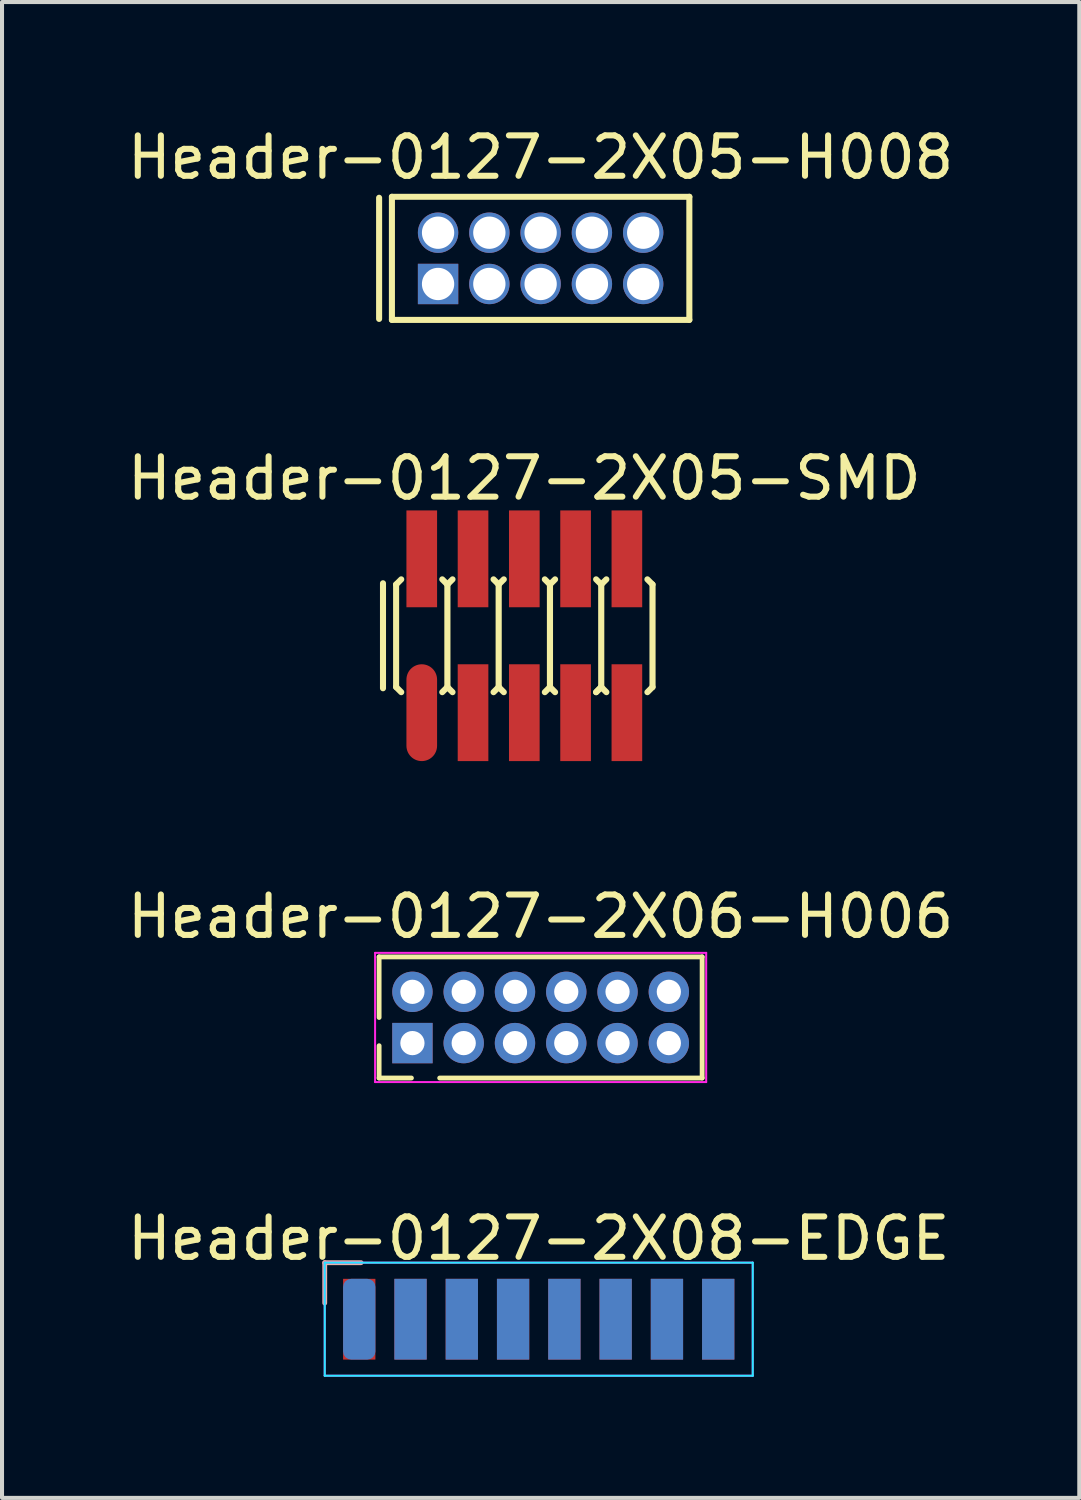
<source format=kicad_pcb>
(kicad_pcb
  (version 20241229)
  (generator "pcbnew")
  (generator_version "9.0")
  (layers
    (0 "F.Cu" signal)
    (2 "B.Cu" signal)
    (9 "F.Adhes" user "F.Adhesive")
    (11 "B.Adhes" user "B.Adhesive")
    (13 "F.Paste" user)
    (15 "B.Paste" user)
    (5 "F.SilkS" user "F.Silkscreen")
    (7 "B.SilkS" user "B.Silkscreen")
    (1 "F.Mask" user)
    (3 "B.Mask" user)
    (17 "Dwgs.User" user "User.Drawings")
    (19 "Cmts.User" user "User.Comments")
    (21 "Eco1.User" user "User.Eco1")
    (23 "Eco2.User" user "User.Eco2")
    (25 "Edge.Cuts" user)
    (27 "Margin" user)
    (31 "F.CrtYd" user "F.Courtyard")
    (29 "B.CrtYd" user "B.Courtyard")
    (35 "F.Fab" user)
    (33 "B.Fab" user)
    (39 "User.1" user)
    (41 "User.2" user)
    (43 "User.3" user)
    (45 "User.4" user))
  (footprint "Header-0127-2X05-H008"
    (layer "F.Cu")
    (at 10.339 3.348)
    (property "Reference" "Header-0127-2X05-H008" (at 0 -2.5 0) (layer "F.SilkS") (effects (font (size 1 1) (thickness 0.15))))
    (attr through_hole)
    (fp_line (start -4 -1.5) (end -4 1.5) (stroke (width 0.15) (type solid)) (layer "F.SilkS"))
    (fp_line (start -3.683 -1.524) (end 3.683 -1.524) (stroke (width 0.15) (type solid)) (layer "F.SilkS"))
    (fp_line (start -3.683 1.524) (end -3.683 -1.524) (stroke (width 0.15) (type solid)) (layer "F.SilkS"))
    (fp_line (start 3.683 -1.524) (end 3.683 1.524) (stroke (width 0.15) (type solid)) (layer "F.SilkS"))
    (fp_line (start 3.683 1.524) (end -3.683 1.524) (stroke (width 0.15) (type solid)) (layer "F.SilkS"))
    (pad "1" thru_hole rect (at -2.54 0.635) (size 1 1) (drill 0.8) (layers "*.Cu" "*.Mask"))
    (pad "2" thru_hole circle (at -2.54 -0.635) (size 1 1) (drill 0.8) (layers "*.Cu" "*.Mask"))
    (pad "3" thru_hole circle (at -1.27 0.635) (size 1 1) (drill 0.8) (layers "*.Cu" "*.Mask"))
    (pad "4" thru_hole circle (at -1.27 -0.635) (size 1 1) (drill 0.8) (layers "*.Cu" "*.Mask"))
    (pad "5" thru_hole circle (at 0 0.635) (size 1 1) (drill 0.8) (layers "*.Cu" "*.Mask"))
    (pad "6" thru_hole circle (at 0 -0.635) (size 1 1) (drill 0.8) (layers "*.Cu" "*.Mask"))
    (pad "7" thru_hole circle (at 1.27 0.635) (size 1 1) (drill 0.8) (layers "*.Cu" "*.Mask"))
    (pad "8" thru_hole circle (at 1.27 -0.635) (size 1 1) (drill 0.8) (layers "*.Cu" "*.Mask"))
    (pad "9" thru_hole circle (at 2.54 0.635) (size 1 1) (drill 0.8) (layers "*.Cu" "*.Mask"))
    (pad "10" thru_hole circle (at 2.54 -0.635) (size 1 1) (drill 0.8) (layers "*.Cu" "*.Mask")))
  (footprint "Header-0127-2X06-H006"
    (layer "F.Cu")
    (at 10.339 22.148)
    (property "Reference" "Header-0127-2X06-H006" (at 0 -2.5 0) (layer "F.SilkS") (effects (font (size 1 1) (thickness 0.15))))
    (attr through_hole)
    (fp_line (start -4 -1.5) (end -4 0) (stroke (width 0.12) (type solid)) (layer "F.SilkS"))
    (fp_line (start -4 -1.5) (end 4 -1.5) (stroke (width 0.12) (type solid)) (layer "F.SilkS"))
    (fp_line (start -4 1.5) (end -4 0.7) (stroke (width 0.12) (type solid)) (layer "F.SilkS"))
    (fp_line (start -4 1.5) (end -3.2 1.5) (stroke (width 0.12) (type solid)) (layer "F.SilkS"))
    (fp_line (start 4 -1.5) (end 4 1.5) (stroke (width 0.12) (type solid)) (layer "F.SilkS"))
    (fp_line (start 4 1.5) (end -2.5 1.5) (stroke (width 0.12) (type solid)) (layer "F.SilkS"))
    (fp_line (start -4.1 -1.6) (end 4.1 -1.6) (stroke (width 0.05) (type solid)) (layer "F.CrtYd"))
    (fp_line (start -4.1 1.6) (end -4.1 -1.6) (stroke (width 0.05) (type solid)) (layer "F.CrtYd"))
    (fp_line (start 4.1 -1.6) (end 4.1 1.6) (stroke (width 0.05) (type solid)) (layer "F.CrtYd"))
    (fp_line (start 4.1 1.6) (end -4.1 1.6) (stroke (width 0.05) (type solid)) (layer "F.CrtYd"))
    (pad "1" thru_hole rect (at -3.175 0.635) (size 1 1) (drill 0.6) (layers "*.Cu" "*.Mask"))
    (pad "2" thru_hole circle (at -3.175 -0.635) (size 1 1) (drill 0.6) (layers "*.Cu" "*.Mask"))
    (pad "3" thru_hole circle (at -1.905 0.635) (size 1 1) (drill 0.6) (layers "*.Cu" "*.Mask"))
    (pad "4" thru_hole circle (at -1.905 -0.635) (size 1 1) (drill 0.6) (layers "*.Cu" "*.Mask"))
    (pad "5" thru_hole circle (at -0.635 0.635) (size 1 1) (drill 0.6) (layers "*.Cu" "*.Mask"))
    (pad "6" thru_hole circle (at -0.635 -0.635) (size 1 1) (drill 0.6) (layers "*.Cu" "*.Mask"))
    (pad "7" thru_hole circle (at 0.635 0.635) (size 1 1) (drill 0.6) (layers "*.Cu" "*.Mask"))
    (pad "8" thru_hole circle (at 0.635 -0.635) (size 1 1) (drill 0.6) (layers "*.Cu" "*.Mask"))
    (pad "9" thru_hole circle (at 1.905 0.635) (size 1 1) (drill 0.6) (layers "*.Cu" "*.Mask"))
    (pad "10" thru_hole circle (at 1.905 -0.635) (size 1 1) (drill 0.6) (layers "*.Cu" "*.Mask"))
    (pad "11" thru_hole circle (at 3.175 0.635) (size 1 1) (drill 0.6) (layers "*.Cu" "*.Mask"))
    (pad "12" thru_hole circle (at 3.175 -0.635) (size 1 1) (drill 0.6) (layers "*.Cu" "*.Mask")))
  (footprint "Header-0127-2X08-EDGE"
    (layer "F.Cu")
    (at 10.292 28.521)
    (property "Reference" "Header-0127-2X08-EDGE" (at 0 -0.9 0) (layer "F.SilkS") (effects (font (size 1 1) (thickness 0.15))))
    (attr smd)
    (fp_line (start -5.3 -0.3) (end -5.3 0.7) (stroke (width 0.12) (type solid)) (layer "B.SilkS"))
    (fp_line (start -4.4 -0.3) (end -5.3 -0.3) (stroke (width 0.12) (type solid)) (layer "B.SilkS"))
    (fp_line (start -5.3 -0.3) (end 5.3 -0.3) (stroke (width 0.05) (type solid)) (layer "B.CrtYd"))
    (fp_line (start -5.3 2.5) (end -5.3 -0.3) (stroke (width 0.05) (type solid)) (layer "B.CrtYd"))
    (fp_line (start 5.3 -0.3) (end 5.3 2.5) (stroke (width 0.05) (type solid)) (layer "B.CrtYd"))
    (fp_line (start 5.3 2.5) (end -5.3 2.5) (stroke (width 0.05) (type solid)) (layer "B.CrtYd"))
    (fp_line (start -5.3 -0.3) (end 5.3 -0.3) (stroke (width 0.05) (type solid)) (layer "F.CrtYd"))
    (fp_line (start -5.3 2.5) (end -5.3 -0.3) (stroke (width 0.05) (type solid)) (layer "F.CrtYd"))
    (fp_line (start 5.3 -0.3) (end 5.3 2.5) (stroke (width 0.05) (type solid)) (layer "F.CrtYd"))
    (fp_line (start 5.3 2.5) (end -5.3 2.5) (stroke (width 0.05) (type solid)) (layer "F.CrtYd"))
    (pad "1" smd roundrect (at -4.445 1.1) (size 0.8 2) (layers "B.Cu" "B.Mask" "B.Paste") (roundrect_rratio 0.25))
    (pad "2" smd rect (at -4.445 1.1) (size 0.8 2) (layers "F.Cu" "F.Mask" "F.Paste"))
    (pad "3" smd rect (at -3.175 1.1) (size 0.8 2) (layers "B.Cu" "B.Mask" "B.Paste"))
    (pad "4" smd rect (at -3.175 1.1) (size 0.8 2) (layers "F.Cu" "F.Mask" "F.Paste"))
    (pad "5" smd rect (at -1.905 1.1) (size 0.8 2) (layers "B.Cu" "B.Mask" "B.Paste"))
    (pad "6" smd rect (at -1.905 1.1) (size 0.8 2) (layers "F.Cu" "F.Mask" "F.Paste"))
    (pad "7" smd rect (at -0.635 1.1) (size 0.8 2) (layers "B.Cu" "B.Mask" "B.Paste"))
    (pad "8" smd rect (at -0.635 1.1) (size 0.8 2) (layers "F.Cu" "F.Mask" "F.Paste"))
    (pad "9" smd rect (at 0.635 1.1) (size 0.8 2) (layers "B.Cu" "B.Mask" "B.Paste"))
    (pad "10" smd rect (at 0.635 1.1) (size 0.8 2) (layers "F.Cu" "F.Mask" "F.Paste"))
    (pad "11" smd rect (at 1.905 1.1) (size 0.8 2) (layers "B.Cu" "B.Mask" "B.Paste"))
    (pad "12" smd rect (at 1.905 1.1) (size 0.8 2) (layers "F.Cu" "F.Mask" "F.Paste"))
    (pad "13" smd rect (at 3.175 1.1) (size 0.8 2) (layers "B.Cu" "B.Mask" "B.Paste"))
    (pad "14" smd rect (at 3.175 1.1) (size 0.8 2) (layers "F.Cu" "F.Mask" "F.Paste"))
    (pad "15" smd rect (at 4.445 1.1) (size 0.8 2) (layers "B.Cu" "B.Mask" "B.Paste"))
    (pad "16" smd rect (at 4.445 1.1) (size 0.8 2) (layers "F.Cu" "F.Mask" "F.Paste")))
  (footprint "Header-0127-2X05-SMD"
    (layer "F.Cu")
    (at 9.935 12.695)
    (property "Reference" "Header-0127-2X05-SMD" (at 0 -3.9 0) (layer "F.SilkS") (effects (font (size 1 1) (thickness 0.15))))
    (attr smd)
    (fp_line (start -3.5 -1.3) (end -3.5 1.3) (stroke (width 0.15) (type solid)) (layer "F.SilkS"))
    (fp_line (start -3.175 -1.27) (end -3.048 -1.397) (stroke (width 0.15) (type solid)) (layer "F.SilkS"))
    (fp_line (start -3.175 1.27) (end -3.175 -1.27) (stroke (width 0.15) (type solid)) (layer "F.SilkS"))
    (fp_line (start -3.175 1.27) (end -3.048 1.397) (stroke (width 0.15) (type solid)) (layer "F.SilkS"))
    (fp_line (start -1.905 -1.27) (end -2.032 -1.397) (stroke (width 0.15) (type solid)) (layer "F.SilkS"))
    (fp_line (start -1.905 -1.27) (end -1.905 1.27) (stroke (width 0.152) (type solid)) (layer "F.SilkS"))
    (fp_line (start -1.905 -1.27) (end -1.778 -1.397) (stroke (width 0.15) (type solid)) (layer "F.SilkS"))
    (fp_line (start -1.905 1.27) (end -2.032 1.397) (stroke (width 0.15) (type solid)) (layer "F.SilkS"))
    (fp_line (start -1.905 1.27) (end -1.778 1.397) (stroke (width 0.15) (type solid)) (layer "F.SilkS"))
    (fp_line (start -0.635 -1.27) (end -0.762 -1.397) (stroke (width 0.15) (type solid)) (layer "F.SilkS"))
    (fp_line (start -0.635 -1.27) (end -0.635 1.27) (stroke (width 0.152) (type solid)) (layer "F.SilkS"))
    (fp_line (start -0.635 -1.27) (end -0.508 -1.397) (stroke (width 0.15) (type solid)) (layer "F.SilkS"))
    (fp_line (start -0.635 1.27) (end -0.762 1.397) (stroke (width 0.15) (type solid)) (layer "F.SilkS"))
    (fp_line (start -0.635 1.27) (end -0.508 1.397) (stroke (width 0.15) (type solid)) (layer "F.SilkS"))
    (fp_line (start 0.635 -1.27) (end 0.508 -1.397) (stroke (width 0.15) (type solid)) (layer "F.SilkS"))
    (fp_line (start 0.635 -1.27) (end 0.635 1.27) (stroke (width 0.152) (type solid)) (layer "F.SilkS"))
    (fp_line (start 0.635 -1.27) (end 0.762 -1.397) (stroke (width 0.15) (type solid)) (layer "F.SilkS"))
    (fp_line (start 0.635 1.27) (end 0.508 1.397) (stroke (width 0.15) (type solid)) (layer "F.SilkS"))
    (fp_line (start 0.635 1.27) (end 0.762 1.397) (stroke (width 0.15) (type solid)) (layer "F.SilkS"))
    (fp_line (start 1.778 1.397) (end 1.905 1.27) (stroke (width 0.15) (type solid)) (layer "F.SilkS"))
    (fp_line (start 1.905 -1.27) (end 1.778 -1.397) (stroke (width 0.15) (type solid)) (layer "F.SilkS"))
    (fp_line (start 1.905 -1.27) (end 1.905 1.27) (stroke (width 0.152) (type solid)) (layer "F.SilkS"))
    (fp_line (start 1.905 -1.27) (end 2.032 -1.397) (stroke (width 0.15) (type solid)) (layer "F.SilkS"))
    (fp_line (start 1.905 1.27) (end 1.778 1.397) (stroke (width 0.15) (type solid)) (layer "F.SilkS"))
    (fp_line (start 1.905 1.27) (end 2.032 1.397) (stroke (width 0.15) (type solid)) (layer "F.SilkS"))
    (fp_line (start 3.175 -1.27) (end 3.048 -1.397) (stroke (width 0.15) (type solid)) (layer "F.SilkS"))
    (fp_line (start 3.175 -1.27) (end 3.175 1.27) (stroke (width 0.152) (type solid)) (layer "F.SilkS"))
    (fp_line (start 3.175 1.27) (end 3.048 1.397) (stroke (width 0.15) (type solid)) (layer "F.SilkS"))
    (pad "1" smd oval (at -2.54 1.905 90) (size 2.398 0.759) (layers "F.Cu" "F.Mask" "F.Paste"))
    (pad "2" smd rect (at -2.54 -1.905 90) (size 2.398 0.759) (layers "F.Cu" "F.Mask" "F.Paste"))
    (pad "3" smd rect (at -1.27 1.905 90) (size 2.398 0.759) (layers "F.Cu" "F.Mask" "F.Paste"))
    (pad "4" smd rect (at -1.27 -1.905 90) (size 2.398 0.759) (layers "F.Cu" "F.Mask" "F.Paste"))
    (pad "5" smd rect (at 0 1.905 90) (size 2.398 0.759) (layers "F.Cu" "F.Mask" "F.Paste"))
    (pad "6" smd rect (at 0 -1.905 90) (size 2.398 0.759) (layers "F.Cu" "F.Mask" "F.Paste"))
    (pad "7" smd rect (at 1.27 1.905 90) (size 2.398 0.759) (layers "F.Cu" "F.Mask" "F.Paste"))
    (pad "8" smd rect (at 1.27 -1.905 90) (size 2.398 0.759) (layers "F.Cu" "F.Mask" "F.Paste"))
    (pad "9" smd rect (at 2.54 1.905 90) (size 2.398 0.759) (layers "F.Cu" "F.Mask" "F.Paste"))
    (pad "10" smd rect (at 2.54 -1.905 90) (size 2.398 0.759) (layers "F.Cu" "F.Mask" "F.Paste")))
  (gr_rect
    (start -3 -3)
    (end 23.679 34.046)
    (stroke (width 0.1) (type default))
    (fill no)
    (layer "Edge.Cuts")))
</source>
